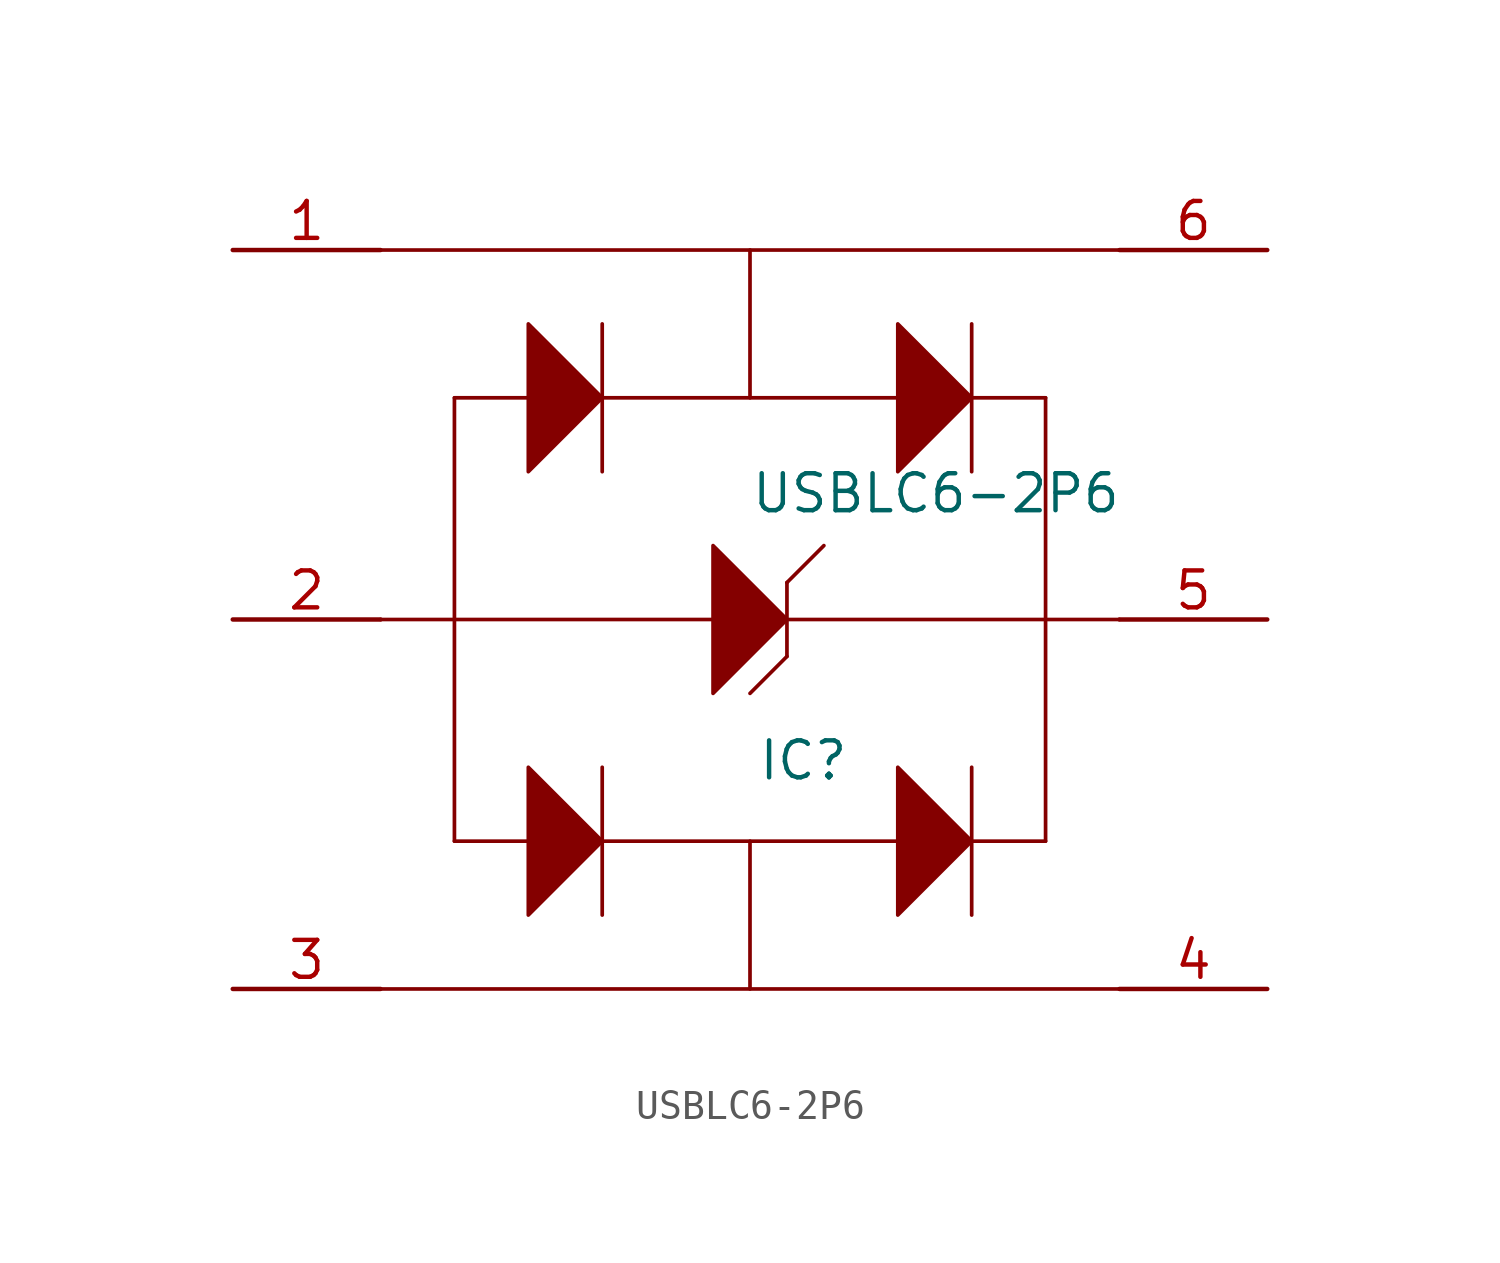
<source format=kicad_sym>
(kicad_symbol_lib
  (version 20211014)
  (generator SamacSys_ECAD_Model)
  (symbol "USBLC6-2P6"
    (pin_names hide)
    (property "Reference" "IC"
      (at 25.654 2.032 0)
      (effects (font (size 1.27 1.27)) (justify left bottom)))
    (property "Value" "USBLC6-2P6"
      (at 25.4 12.7 0)
      (effects (font (size 1.27 1.27)) (justify left top)))
    (polyline
      (pts (xy 25.4 5.08) (xy 26.67 6.35))
      (stroke (width 0.127) (type default))
      (fill (type none)))
    (polyline
      (pts (xy 26.67 8.89) (xy 26.67 6.35))
      (stroke (width 0.127) (type default))
      (fill (type none)))
    (polyline
      (pts (xy 26.67 8.89) (xy 27.94 10.16))
      (stroke (width 0.127) (type default))
      (fill (type none)))
    (polyline
      (pts (xy 20.32 17.78) (xy 20.32 12.7))
      (stroke (width 0.127) (type default))
      (fill (type none)))
    (polyline
      (pts (xy 20.32 2.54) (xy 20.32 -2.54))
      (stroke (width 0.127) (type default))
      (fill (type none)))
    (polyline
      (pts (xy 33.02 2.54) (xy 33.02 -2.54))
      (stroke (width 0.127) (type default))
      (fill (type none)))
    (polyline
      (pts (xy 33.02 17.78) (xy 33.02 12.7))
      (stroke (width 0.127) (type default))
      (fill (type none)))
    (polyline
      (pts (xy 17.78 15.24) (xy 15.24 15.24))
      (stroke (width 0.127) (type default))
      (fill (type none)))
    (polyline
      (pts (xy 15.24 0) (xy 15.24 15.24))
      (stroke (width 0.127) (type default))
      (fill (type none)))
    (polyline
      (pts (xy 15.24 0) (xy 17.78 0))
      (stroke (width 0.127) (type default))
      (fill (type none)))
    (polyline
      (pts (xy 33.02 15.24) (xy 35.56 15.24))
      (stroke (width 0.127) (type default))
      (fill (type none)))
    (polyline
      (pts (xy 35.56 0) (xy 35.56 15.24))
      (stroke (width 0.127) (type default))
      (fill (type none)))
    (polyline
      (pts (xy 35.56 0) (xy 33.02 0))
      (stroke (width 0.127) (type default))
      (fill (type none)))
    (polyline
      (pts (xy 15.24 7.62) (xy 35.56 7.62))
      (stroke (width 0.127) (type default))
      (fill (type none)))
    (polyline
      (pts (xy 20.32 15.24) (xy 30.48 15.24))
      (stroke (width 0.127) (type default))
      (fill (type none)))
    (polyline
      (pts (xy 20.32 0) (xy 30.48 0))
      (stroke (width 0.127) (type default))
      (fill (type none)))
    (polyline
      (pts (xy 25.4 0) (xy 25.4 -5.08))
      (stroke (width 0.127) (type default))
      (fill (type none)))
    (polyline
      (pts (xy 25.4 15.24) (xy 25.4 20.32))
      (stroke (width 0.127) (type default))
      (fill (type none)))
    (polyline
      (pts (xy 12.7 20.32) (xy 38.1 20.32))
      (stroke (width 0.127) (type default))
      (fill (type none)))
    (polyline
      (pts (xy 12.7 -5.08) (xy 38.1 -5.08))
      (stroke (width 0.127) (type default))
      (fill (type none)))
    (polyline
      (pts (xy 15.24 7.62) (xy 12.7 7.62))
      (stroke (width 0.127) (type default))
      (fill (type none)))
    (polyline
      (pts (xy 35.56 7.62) (xy 38.1 7.62))
      (stroke (width 0.127) (type default))
      (fill (type none)))
    (polyline
      (pts (xy 26.67 7.62) (xy 24.13 5.08) (xy 24.13 10.16) (xy 26.67 7.62))
      (stroke (width 0.127) (type default))
      (fill (type outline)))
    (polyline
      (pts (xy 20.32 15.24) (xy 17.78 12.7) (xy 17.78 17.78) (xy 20.32 15.24))
      (stroke (width 0.127) (type default))
      (fill (type outline)))
    (polyline
      (pts (xy 20.32 0) (xy 17.78 -2.54) (xy 17.78 2.54) (xy 20.32 0))
      (stroke (width 0.127) (type default))
      (fill (type outline)))
    (polyline
      (pts (xy 33.02 0) (xy 30.48 -2.54) (xy 30.48 2.54) (xy 33.02 0))
      (stroke (width 0.127) (type default))
      (fill (type outline)))
    (polyline
      (pts (xy 33.02 15.24) (xy 30.48 12.7) (xy 30.48 17.78) (xy 33.02 15.24))
      (stroke (width 0.127) (type default))
      (fill (type outline)))
    (pin passive line
      (at 7.62 20.32 0)
      (length 5.08)
      (name "I/O1_1" (effects (font (size 1.27 1.27))))
      (number "1" (effects (font (size 1.27 1.27)))))
    (pin passive line
      (at 7.62 7.62 0)
      (length 5.08)
      (name "GND" (effects (font (size 1.27 1.27))))
      (number "2" (effects (font (size 1.27 1.27)))))
    (pin passive line
      (at 7.62 -5.08 0)
      (length 5.08)
      (name "I/O2_1" (effects (font (size 1.27 1.27))))
      (number "3" (effects (font (size 1.27 1.27)))))
    (pin passive line
      (at 43.18 -5.08 180)
      (length 5.08)
      (name "I/O2_2" (effects (font (size 1.27 1.27))))
      (number "4" (effects (font (size 1.27 1.27)))))
    (pin passive line
      (at 43.18 7.62 180)
      (length 5.08)
      (name "VBUS" (effects (font (size 1.27 1.27))))
      (number "5" (effects (font (size 1.27 1.27)))))
    (pin passive line
      (at 43.18 20.32 180)
      (length 5.08)
      (name "I/O1_2" (effects (font (size 1.27 1.27))))
      (number "6" (effects (font (size 1.27 1.27)))))))
</source>
